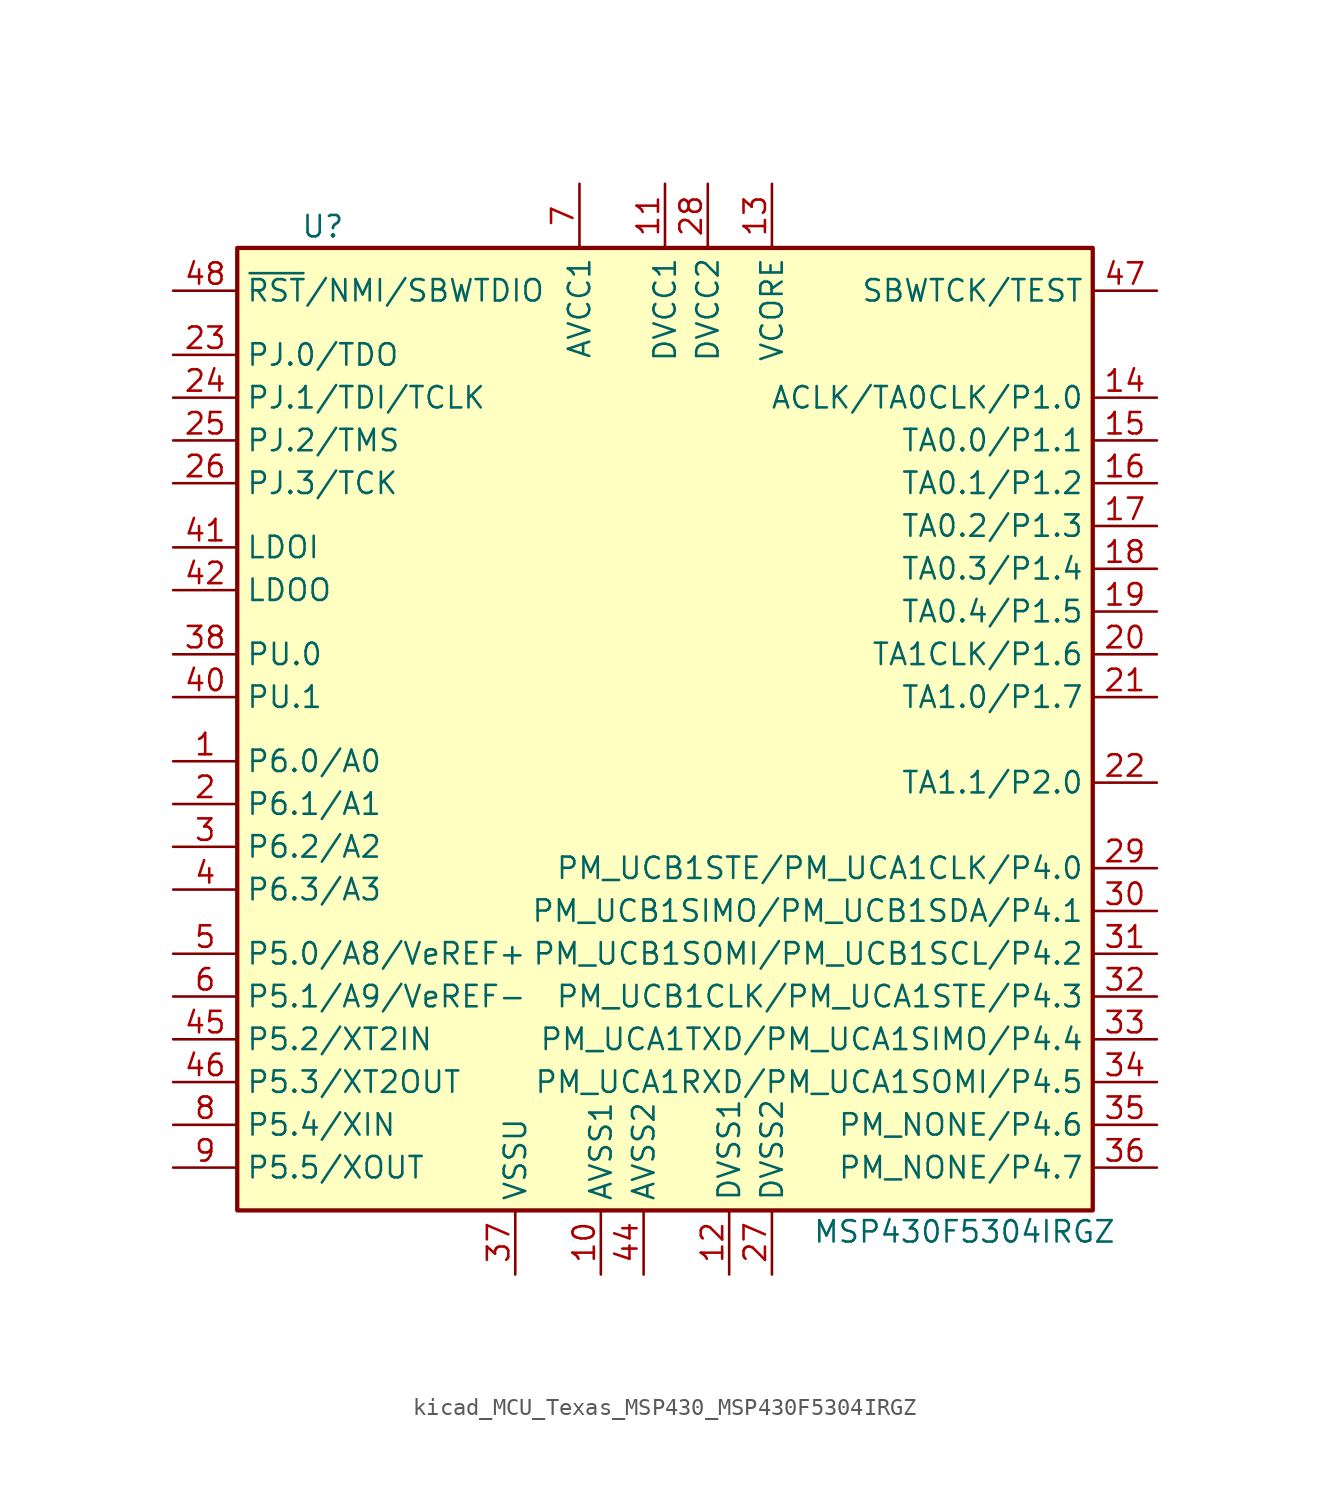
<source format=kicad_sym>
(kicad_symbol_lib
  (version 20220914)
  (generator kicad_symbol_editor)
  (symbol "kicad_MCU_Texas_MSP430_MSP430F5304IRGZ"
    (property "Reference" "U"
      (at -21.59 30.48 0)
      (effects (font (size 1.27 1.27))))
    (property "Value" "MSP430F5304IRGZ"
      (at 16.51 -29.21 0)
      (effects (font (size 1.27 1.27))))
    (symbol "kicad_MCU_Texas_MSP430_MSP430F5304IRGZ_0_1"
      (rectangle (start -26.67 29.21) (end 24.13 -27.94) (stroke (width 0.254) (type default)) (fill (type background))))
    (symbol "kicad_MCU_Texas_MSP430_MSP430F5304IRGZ_1_1"
      (pin bidirectional line (at -30.48 -1.27 0) (length 3.81) (name "P6.0/A0" (effects (font (size 1.27 1.27)))) (number "1" (effects (font (size 1.27 1.27)))))
      (pin power_in line (at -5.08 -31.75 90) (length 3.81) (name "AVSS1" (effects (font (size 1.27 1.27)))) (number "10" (effects (font (size 1.27 1.27)))))
      (pin power_in line (at -1.27 33.02 270) (length 3.81) (name "DVCC1" (effects (font (size 1.27 1.27)))) (number "11" (effects (font (size 1.27 1.27)))))
      (pin power_in line (at 2.54 -31.75 90) (length 3.81) (name "DVSS1" (effects (font (size 1.27 1.27)))) (number "12" (effects (font (size 1.27 1.27)))))
      (pin bidirectional line (at 5.08 33.02 270) (length 3.81) (name "VCORE" (effects (font (size 1.27 1.27)))) (number "13" (effects (font (size 1.27 1.27)))))
      (pin bidirectional line (at 27.94 20.32 180) (length 3.81) (name "ACLK/TA0CLK/P1.0" (effects (font (size 1.27 1.27)))) (number "14" (effects (font (size 1.27 1.27)))))
      (pin bidirectional line (at 27.94 17.78 180) (length 3.81) (name "TA0.0/P1.1" (effects (font (size 1.27 1.27)))) (number "15" (effects (font (size 1.27 1.27)))))
      (pin bidirectional line (at 27.94 15.24 180) (length 3.81) (name "TA0.1/P1.2" (effects (font (size 1.27 1.27)))) (number "16" (effects (font (size 1.27 1.27)))))
      (pin bidirectional line (at 27.94 12.7 180) (length 3.81) (name "TA0.2/P1.3" (effects (font (size 1.27 1.27)))) (number "17" (effects (font (size 1.27 1.27)))))
      (pin bidirectional line (at 27.94 10.16 180) (length 3.81) (name "TA0.3/P1.4" (effects (font (size 1.27 1.27)))) (number "18" (effects (font (size 1.27 1.27)))))
      (pin bidirectional line (at 27.94 7.62 180) (length 3.81) (name "TA0.4/P1.5" (effects (font (size 1.27 1.27)))) (number "19" (effects (font (size 1.27 1.27)))))
      (pin bidirectional line (at -30.48 -3.81 0) (length 3.81) (name "P6.1/A1" (effects (font (size 1.27 1.27)))) (number "2" (effects (font (size 1.27 1.27)))))
      (pin bidirectional line (at 27.94 5.08 180) (length 3.81) (name "TA1CLK/P1.6" (effects (font (size 1.27 1.27)))) (number "20" (effects (font (size 1.27 1.27)))))
      (pin bidirectional line (at 27.94 2.54 180) (length 3.81) (name "TA1.0/P1.7" (effects (font (size 1.27 1.27)))) (number "21" (effects (font (size 1.27 1.27)))))
      (pin bidirectional line (at 27.94 -2.54 180) (length 3.81) (name "TA1.1/P2.0" (effects (font (size 1.27 1.27)))) (number "22" (effects (font (size 1.27 1.27)))))
      (pin bidirectional line (at -30.48 22.86 0) (length 3.81) (name "PJ.0/TDO" (effects (font (size 1.27 1.27)))) (number "23" (effects (font (size 1.27 1.27)))))
      (pin bidirectional line (at -30.48 20.32 0) (length 3.81) (name "PJ.1/TDI/TCLK" (effects (font (size 1.27 1.27)))) (number "24" (effects (font (size 1.27 1.27)))))
      (pin bidirectional line (at -30.48 17.78 0) (length 3.81) (name "PJ.2/TMS" (effects (font (size 1.27 1.27)))) (number "25" (effects (font (size 1.27 1.27)))))
      (pin bidirectional line (at -30.48 15.24 0) (length 3.81) (name "PJ.3/TCK" (effects (font (size 1.27 1.27)))) (number "26" (effects (font (size 1.27 1.27)))))
      (pin power_in line (at 5.08 -31.75 90) (length 3.81) (name "DVSS2" (effects (font (size 1.27 1.27)))) (number "27" (effects (font (size 1.27 1.27)))))
      (pin power_in line (at 1.27 33.02 270) (length 3.81) (name "DVCC2" (effects (font (size 1.27 1.27)))) (number "28" (effects (font (size 1.27 1.27)))))
      (pin bidirectional line (at 27.94 -7.62 180) (length 3.81) (name "PM_UCB1STE/PM_UCA1CLK/P4.0" (effects (font (size 1.27 1.27)))) (number "29" (effects (font (size 1.27 1.27)))))
      (pin bidirectional line (at -30.48 -6.35 0) (length 3.81) (name "P6.2/A2" (effects (font (size 1.27 1.27)))) (number "3" (effects (font (size 1.27 1.27)))))
      (pin bidirectional line (at 27.94 -10.16 180) (length 3.81) (name "PM_UCB1SIMO/PM_UCB1SDA/P4.1" (effects (font (size 1.27 1.27)))) (number "30" (effects (font (size 1.27 1.27)))))
      (pin bidirectional line (at 27.94 -12.7 180) (length 3.81) (name "PM_UCB1SOMI/PM_UCB1SCL/P4.2" (effects (font (size 1.27 1.27)))) (number "31" (effects (font (size 1.27 1.27)))))
      (pin bidirectional line (at 27.94 -15.24 180) (length 3.81) (name "PM_UCB1CLK/PM_UCA1STE/P4.3" (effects (font (size 1.27 1.27)))) (number "32" (effects (font (size 1.27 1.27)))))
      (pin bidirectional line (at 27.94 -17.78 180) (length 3.81) (name "PM_UCA1TXD/PM_UCA1SIMO/P4.4" (effects (font (size 1.27 1.27)))) (number "33" (effects (font (size 1.27 1.27)))))
      (pin bidirectional line (at 27.94 -20.32 180) (length 3.81) (name "PM_UCA1RXD/PM_UCA1SOMI/P4.5" (effects (font (size 1.27 1.27)))) (number "34" (effects (font (size 1.27 1.27)))))
      (pin bidirectional line (at 27.94 -22.86 180) (length 3.81) (name "PM_NONE/P4.6" (effects (font (size 1.27 1.27)))) (number "35" (effects (font (size 1.27 1.27)))))
      (pin bidirectional line (at 27.94 -25.4 180) (length 3.81) (name "PM_NONE/P4.7" (effects (font (size 1.27 1.27)))) (number "36" (effects (font (size 1.27 1.27)))))
      (pin power_in line (at -10.16 -31.75 90) (length 3.81) (name "VSSU" (effects (font (size 1.27 1.27)))) (number "37" (effects (font (size 1.27 1.27)))))
      (pin bidirectional line (at -30.48 5.08 0) (length 3.81) (name "PU.0" (effects (font (size 1.27 1.27)))) (number "38" (effects (font (size 1.27 1.27)))))
      (pin bidirectional line (at -30.48 -8.89 0) (length 3.81) (name "P6.3/A3" (effects (font (size 1.27 1.27)))) (number "4" (effects (font (size 1.27 1.27)))))
      (pin bidirectional line (at -30.48 2.54 0) (length 3.81) (name "PU.1" (effects (font (size 1.27 1.27)))) (number "40" (effects (font (size 1.27 1.27)))))
      (pin power_in line (at -30.48 11.43 0) (length 3.81) (name "LDOI" (effects (font (size 1.27 1.27)))) (number "41" (effects (font (size 1.27 1.27)))))
      (pin power_out line (at -30.48 8.89 0) (length 3.81) (name "LDOO" (effects (font (size 1.27 1.27)))) (number "42" (effects (font (size 1.27 1.27)))))
      (pin power_in line (at -2.54 -31.75 90) (length 3.81) (name "AVSS2" (effects (font (size 1.27 1.27)))) (number "44" (effects (font (size 1.27 1.27)))))
      (pin bidirectional line (at -30.48 -17.78 0) (length 3.81) (name "P5.2/XT2IN" (effects (font (size 1.27 1.27)))) (number "45" (effects (font (size 1.27 1.27)))))
      (pin bidirectional line (at -30.48 -20.32 0) (length 3.81) (name "P5.3/XT2OUT" (effects (font (size 1.27 1.27)))) (number "46" (effects (font (size 1.27 1.27)))))
      (pin input line (at 27.94 26.67 180) (length 3.81) (name "SBWTCK/TEST" (effects (font (size 1.27 1.27)))) (number "47" (effects (font (size 1.27 1.27)))))
      (pin input line (at -30.48 26.67 0) (length 3.81) (name "~{RST}/NMI/SBWTDIO" (effects (font (size 1.27 1.27)))) (number "48" (effects (font (size 1.27 1.27)))))
      (pin bidirectional line (at -30.48 -12.7 0) (length 3.81) (name "P5.0/A8/VeREF+" (effects (font (size 1.27 1.27)))) (number "5" (effects (font (size 1.27 1.27)))))
      (pin bidirectional line (at -30.48 -15.24 0) (length 3.81) (name "P5.1/A9/VeREF-" (effects (font (size 1.27 1.27)))) (number "6" (effects (font (size 1.27 1.27)))))
      (pin power_in line (at -6.35 33.02 270) (length 3.81) (name "AVCC1" (effects (font (size 1.27 1.27)))) (number "7" (effects (font (size 1.27 1.27)))))
      (pin bidirectional line (at -30.48 -22.86 0) (length 3.81) (name "P5.4/XIN" (effects (font (size 1.27 1.27)))) (number "8" (effects (font (size 1.27 1.27)))))
      (pin bidirectional line (at -30.48 -25.4 0) (length 3.81) (name "P5.5/XOUT" (effects (font (size 1.27 1.27)))) (number "9" (effects (font (size 1.27 1.27))))))))
</source>
